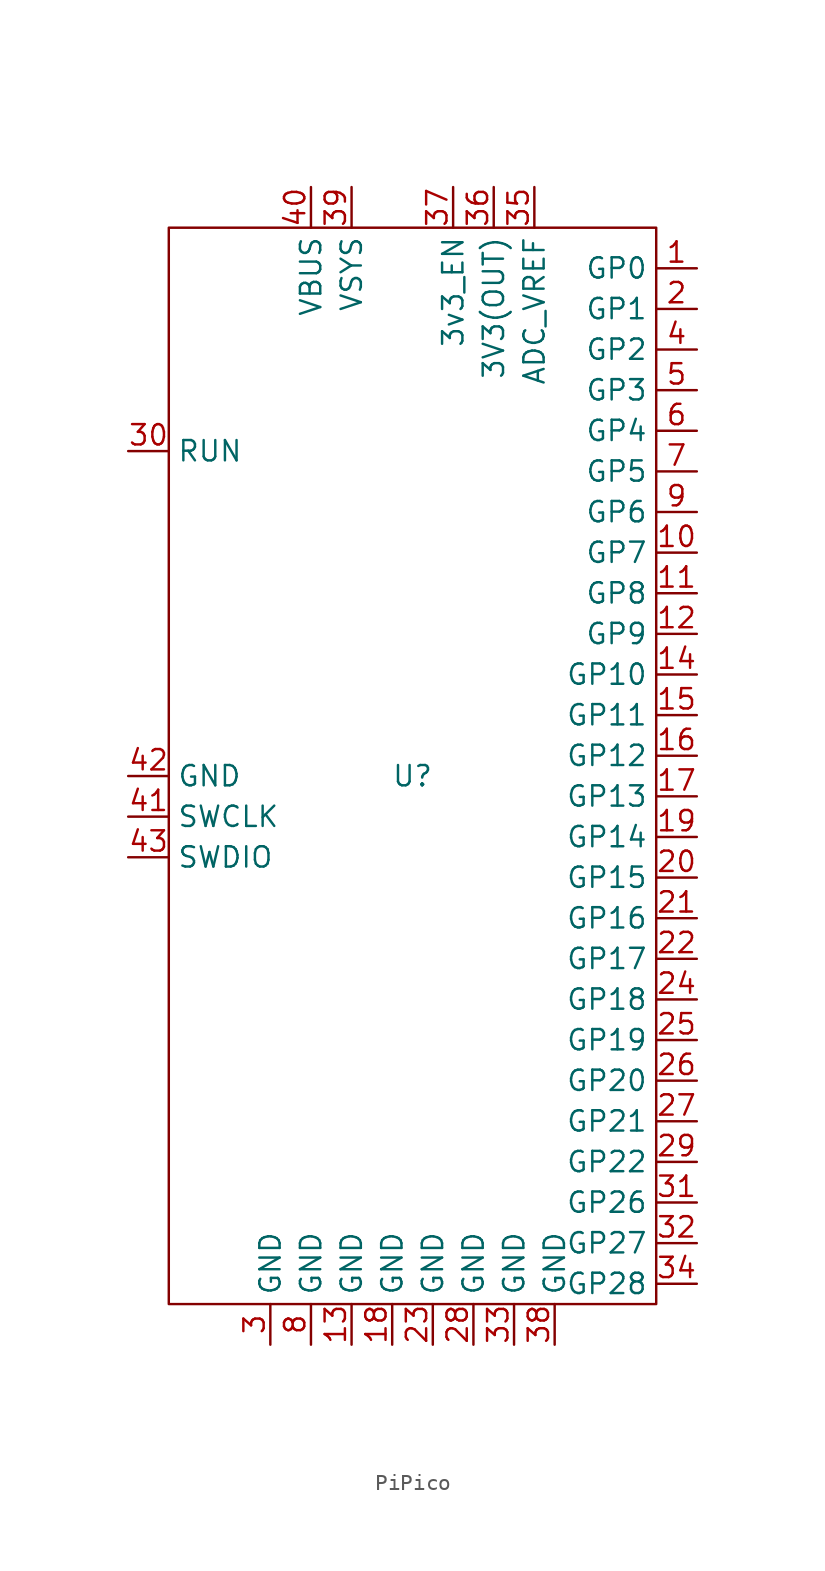
<source format=kicad_sym>
(kicad_symbol_lib
  (version 20241209)
  (generator "kicad_symbol_editor")
  (generator_version "9.0")
  (symbol "PiPico"
    (property "Reference" "U"
      (at 0 0 0)
      (effects (font (size 1.27 1.27))))
    (property "Value" ""
      (at 17.78 31.75 0)
      (effects (font (size 1.27 1.27))))
    (symbol "PiPico_0_0"
      (pin input line (at -17.78 20.32 0) (length 2.54) (name "RUN" (effects (font (size 1.27 1.27)))) (number "30" (effects (font (size 1.27 1.27)))))
      (pin passive line (at -8.89 -35.56 90) (length 2.54) (name "GND" (effects (font (size 1.27 1.27)))) (number "3" (effects (font (size 1.27 1.27)))))
      (pin power_in line (at -6.35 36.83 270) (length 2.54) (name "VBUS" (effects (font (size 1.27 1.27)))) (number "40" (effects (font (size 1.27 1.27)))))
      (pin passive line (at -6.35 -35.56 90) (length 2.54) (name "GND" (effects (font (size 1.27 1.27)))) (number "8" (effects (font (size 1.27 1.27)))))
      (pin power_in line (at -3.81 36.83 270) (length 2.54) (name "VSYS" (effects (font (size 1.27 1.27)))) (number "39" (effects (font (size 1.27 1.27)))))
      (pin passive line (at -3.81 -35.56 90) (length 2.54) (name "GND" (effects (font (size 1.27 1.27)))) (number "13" (effects (font (size 1.27 1.27)))))
      (pin passive line (at -1.27 -35.56 90) (length 2.54) (name "GND" (effects (font (size 1.27 1.27)))) (number "18" (effects (font (size 1.27 1.27)))))
      (pin passive line (at 1.27 -35.56 90) (length 2.54) (name "GND" (effects (font (size 1.27 1.27)))) (number "23" (effects (font (size 1.27 1.27)))))
      (pin input line (at 2.54 36.83 270) (length 2.54) (name "3v3_EN" (effects (font (size 1.27 1.27)))) (number "37" (effects (font (size 1.27 1.27)))))
      (pin passive line (at 3.81 -35.56 90) (length 2.54) (name "GND" (effects (font (size 1.27 1.27)))) (number "28" (effects (font (size 1.27 1.27)))))
      (pin power_out line (at 5.08 36.83 270) (length 2.54) (name "3V3(OUT)" (effects (font (size 1.27 1.27)))) (number "36" (effects (font (size 1.27 1.27)))))
      (pin passive line (at 6.35 -35.56 90) (length 2.54) (name "GND" (effects (font (size 1.27 1.27)))) (number "33" (effects (font (size 1.27 1.27)))))
      (pin input line (at 7.62 36.83 270) (length 2.54) (name "ADC_VREF" (effects (font (size 1.27 1.27)))) (number "35" (effects (font (size 1.27 1.27)))))
      (pin passive line (at 8.89 -35.56 90) (length 2.54) (name "GND" (effects (font (size 1.27 1.27)))) (number "38" (effects (font (size 1.27 1.27)))))
      (pin bidirectional line (at 17.78 31.75 180) (length 2.54) (name "GP0" (effects (font (size 1.27 1.27)))) (number "1" (effects (font (size 1.27 1.27)))))
      (pin bidirectional line (at 17.78 29.21 180) (length 2.54) (name "GP1" (effects (font (size 1.27 1.27)))) (number "2" (effects (font (size 1.27 1.27)))))
      (pin bidirectional line (at 17.78 26.67 180) (length 2.54) (name "GP2" (effects (font (size 1.27 1.27)))) (number "4" (effects (font (size 1.27 1.27)))))
      (pin bidirectional line (at 17.78 24.13 180) (length 2.54) (name "GP3" (effects (font (size 1.27 1.27)))) (number "5" (effects (font (size 1.27 1.27)))))
      (pin bidirectional line (at 17.78 21.59 180) (length 2.54) (name "GP4" (effects (font (size 1.27 1.27)))) (number "6" (effects (font (size 1.27 1.27)))))
      (pin bidirectional line (at 17.78 19.05 180) (length 2.54) (name "GP5" (effects (font (size 1.27 1.27)))) (number "7" (effects (font (size 1.27 1.27)))))
      (pin bidirectional line (at 17.78 16.51 180) (length 2.54) (name "GP6" (effects (font (size 1.27 1.27)))) (number "9" (effects (font (size 1.27 1.27)))))
      (pin bidirectional line (at 17.78 13.97 180) (length 2.54) (name "GP7" (effects (font (size 1.27 1.27)))) (number "10" (effects (font (size 1.27 1.27)))))
      (pin bidirectional line (at 17.78 11.43 180) (length 2.54) (name "GP8" (effects (font (size 1.27 1.27)))) (number "11" (effects (font (size 1.27 1.27)))))
      (pin bidirectional line (at 17.78 8.89 180) (length 2.54) (name "GP9" (effects (font (size 1.27 1.27)))) (number "12" (effects (font (size 1.27 1.27)))))
      (pin bidirectional line (at 17.78 6.35 180) (length 2.54) (name "GP10" (effects (font (size 1.27 1.27)))) (number "14" (effects (font (size 1.27 1.27)))))
      (pin bidirectional line (at 17.78 3.81 180) (length 2.54) (name "GP11" (effects (font (size 1.27 1.27)))) (number "15" (effects (font (size 1.27 1.27)))))
      (pin bidirectional line (at 17.78 1.27 180) (length 2.54) (name "GP12" (effects (font (size 1.27 1.27)))) (number "16" (effects (font (size 1.27 1.27)))))
      (pin bidirectional line (at 17.78 -1.27 180) (length 2.54) (name "GP13" (effects (font (size 1.27 1.27)))) (number "17" (effects (font (size 1.27 1.27)))))
      (pin bidirectional line (at 17.78 -3.81 180) (length 2.54) (name "GP14" (effects (font (size 1.27 1.27)))) (number "19" (effects (font (size 1.27 1.27)))))
      (pin bidirectional line (at 17.78 -6.35 180) (length 2.54) (name "GP15" (effects (font (size 1.27 1.27)))) (number "20" (effects (font (size 1.27 1.27)))))
      (pin bidirectional line (at 17.78 -8.89 180) (length 2.54) (name "GP16" (effects (font (size 1.27 1.27)))) (number "21" (effects (font (size 1.27 1.27)))))
      (pin bidirectional line (at 17.78 -11.43 180) (length 2.54) (name "GP17" (effects (font (size 1.27 1.27)))) (number "22" (effects (font (size 1.27 1.27)))))
      (pin bidirectional line (at 17.78 -13.97 180) (length 2.54) (name "GP18" (effects (font (size 1.27 1.27)))) (number "24" (effects (font (size 1.27 1.27)))))
      (pin bidirectional line (at 17.78 -16.51 180) (length 2.54) (name "GP19" (effects (font (size 1.27 1.27)))) (number "25" (effects (font (size 1.27 1.27)))))
      (pin bidirectional line (at 17.78 -19.05 180) (length 2.54) (name "GP20" (effects (font (size 1.27 1.27)))) (number "26" (effects (font (size 1.27 1.27)))))
      (pin bidirectional line (at 17.78 -21.59 180) (length 2.54) (name "GP21" (effects (font (size 1.27 1.27)))) (number "27" (effects (font (size 1.27 1.27)))))
      (pin bidirectional line (at 17.78 -24.13 180) (length 2.54) (name "GP22" (effects (font (size 1.27 1.27)))) (number "29" (effects (font (size 1.27 1.27)))))
      (pin bidirectional line (at 17.78 -26.67 180) (length 2.54) (name "GP26" (effects (font (size 1.27 1.27)))) (number "31" (effects (font (size 1.27 1.27)))))
      (pin bidirectional line (at 17.78 -29.21 180) (length 2.54) (name "GP27" (effects (font (size 1.27 1.27)))) (number "32" (effects (font (size 1.27 1.27)))))
      (pin bidirectional line (at 17.78 -31.75 180) (length 2.54) (name "GP28" (effects (font (size 1.27 1.27)))) (number "34" (effects (font (size 1.27 1.27))))))
    (symbol "PiPico_0_1"
      (rectangle (start -15.24 34.29) (end 15.24 -33.02) (stroke (width 0) (type default)) (fill (type none))))
    (symbol "PiPico_1_0"
      (pin passive line (at -17.78 0 0) (length 2.54) (name "GND" (effects (font (size 1.27 1.27)))) (number "42" (effects (font (size 1.27 1.27)))))
      (pin bidirectional line (at -17.78 -2.54 0) (length 2.54) (name "SWCLK" (effects (font (size 1.27 1.27)))) (number "41" (effects (font (size 1.27 1.27)))))
      (pin bidirectional line (at -17.78 -5.08 0) (length 2.54) (name "SWDIO" (effects (font (size 1.27 1.27)))) (number "43" (effects (font (size 1.27 1.27))))))))
</source>
